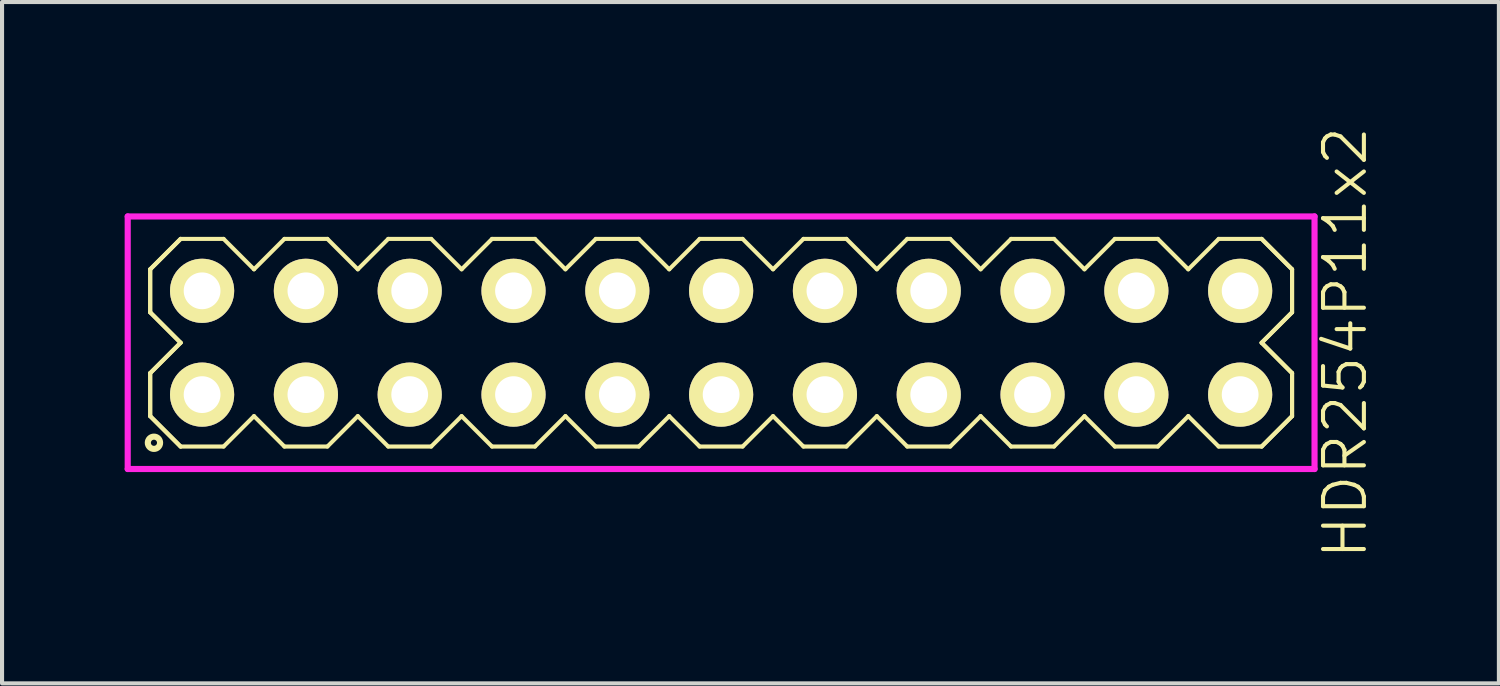
<source format=kicad_pcb>
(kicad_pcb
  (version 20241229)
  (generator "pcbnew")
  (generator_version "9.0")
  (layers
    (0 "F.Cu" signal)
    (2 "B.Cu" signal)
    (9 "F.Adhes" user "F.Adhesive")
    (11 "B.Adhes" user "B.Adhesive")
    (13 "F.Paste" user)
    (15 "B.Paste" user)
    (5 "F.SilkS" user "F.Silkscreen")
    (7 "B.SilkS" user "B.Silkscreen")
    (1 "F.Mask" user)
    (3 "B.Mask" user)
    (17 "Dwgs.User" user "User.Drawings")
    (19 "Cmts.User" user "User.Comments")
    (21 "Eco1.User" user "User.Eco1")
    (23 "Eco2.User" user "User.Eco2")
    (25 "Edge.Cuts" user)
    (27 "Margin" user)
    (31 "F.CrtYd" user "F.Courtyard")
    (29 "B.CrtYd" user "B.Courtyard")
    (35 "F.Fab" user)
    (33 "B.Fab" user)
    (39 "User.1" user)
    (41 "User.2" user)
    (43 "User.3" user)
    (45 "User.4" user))
  (footprint "HDR254P11x2"
    (layer "F.Cu")
    (at 14.595 5.336)
    (property "Reference" "HDR254P11x2" (at 15.27 0 90) (layer "F.SilkS") (effects (font (size 1 1) (thickness 0.1))))
    (attr through_hole)
    (fp_line (start -13.97 -1.796) (end -13.226 -2.54) (stroke (width 0.1) (type solid)) (layer "F.SilkS"))
    (fp_line (start -13.97 -1.796) (end -13.226 -2.54) (stroke (width 0.1) (type solid)) (layer "F.SilkS"))
    (fp_line (start -13.97 -0.744) (end -13.97 -1.796) (stroke (width 0.1) (type solid)) (layer "F.SilkS"))
    (fp_line (start -13.97 -0.744) (end -13.97 -1.796) (stroke (width 0.1) (type solid)) (layer "F.SilkS"))
    (fp_line (start -13.97 0.744) (end -13.226 0) (stroke (width 0.1) (type solid)) (layer "F.SilkS"))
    (fp_line (start -13.97 0.744) (end -13.226 0) (stroke (width 0.1) (type solid)) (layer "F.SilkS"))
    (fp_line (start -13.97 1.796) (end -13.97 0.744) (stroke (width 0.1) (type solid)) (layer "F.SilkS"))
    (fp_line (start -13.97 1.796) (end -13.97 0.744) (stroke (width 0.1) (type solid)) (layer "F.SilkS"))
    (fp_line (start -13.226 -2.54) (end -12.174 -2.54) (stroke (width 0.1) (type solid)) (layer "F.SilkS"))
    (fp_line (start -13.226 0) (end -13.97 -0.744) (stroke (width 0.1) (type solid)) (layer "F.SilkS"))
    (fp_line (start -13.226 0) (end -13.97 -0.744) (stroke (width 0.1) (type solid)) (layer "F.SilkS"))
    (fp_line (start -13.226 2.54) (end -13.97 1.796) (stroke (width 0.1) (type solid)) (layer "F.SilkS"))
    (fp_line (start -13.226 2.54) (end -13.97 1.796) (stroke (width 0.1) (type solid)) (layer "F.SilkS"))
    (fp_line (start -12.174 -2.54) (end -11.43 -1.796) (stroke (width 0.1) (type solid)) (layer "F.SilkS"))
    (fp_line (start -12.174 2.54) (end -13.226 2.54) (stroke (width 0.1) (type solid)) (layer "F.SilkS"))
    (fp_line (start -11.43 -1.796) (end -10.686 -2.54) (stroke (width 0.1) (type solid)) (layer "F.SilkS"))
    (fp_line (start -11.43 1.796) (end -12.174 2.54) (stroke (width 0.1) (type solid)) (layer "F.SilkS"))
    (fp_line (start -10.686 -2.54) (end -9.634 -2.54) (stroke (width 0.1) (type solid)) (layer "F.SilkS"))
    (fp_line (start -10.686 2.54) (end -11.43 1.796) (stroke (width 0.1) (type solid)) (layer "F.SilkS"))
    (fp_line (start -9.634 -2.54) (end -8.89 -1.796) (stroke (width 0.1) (type solid)) (layer "F.SilkS"))
    (fp_line (start -9.634 2.54) (end -10.686 2.54) (stroke (width 0.1) (type solid)) (layer "F.SilkS"))
    (fp_line (start -8.89 -1.796) (end -8.146 -2.54) (stroke (width 0.1) (type solid)) (layer "F.SilkS"))
    (fp_line (start -8.89 1.796) (end -9.634 2.54) (stroke (width 0.1) (type solid)) (layer "F.SilkS"))
    (fp_line (start -8.146 -2.54) (end -7.094 -2.54) (stroke (width 0.1) (type solid)) (layer "F.SilkS"))
    (fp_line (start -8.146 2.54) (end -8.89 1.796) (stroke (width 0.1) (type solid)) (layer "F.SilkS"))
    (fp_line (start -7.094 -2.54) (end -6.35 -1.796) (stroke (width 0.1) (type solid)) (layer "F.SilkS"))
    (fp_line (start -7.094 2.54) (end -8.146 2.54) (stroke (width 0.1) (type solid)) (layer "F.SilkS"))
    (fp_line (start -6.35 -1.796) (end -5.606 -2.54) (stroke (width 0.1) (type solid)) (layer "F.SilkS"))
    (fp_line (start -6.35 1.796) (end -7.094 2.54) (stroke (width 0.1) (type solid)) (layer "F.SilkS"))
    (fp_line (start -5.606 -2.54) (end -4.554 -2.54) (stroke (width 0.1) (type solid)) (layer "F.SilkS"))
    (fp_line (start -5.606 2.54) (end -6.35 1.796) (stroke (width 0.1) (type solid)) (layer "F.SilkS"))
    (fp_line (start -4.554 -2.54) (end -3.81 -1.796) (stroke (width 0.1) (type solid)) (layer "F.SilkS"))
    (fp_line (start -4.554 2.54) (end -5.606 2.54) (stroke (width 0.1) (type solid)) (layer "F.SilkS"))
    (fp_line (start -3.81 -1.796) (end -3.066 -2.54) (stroke (width 0.1) (type solid)) (layer "F.SilkS"))
    (fp_line (start -3.81 1.796) (end -4.554 2.54) (stroke (width 0.1) (type solid)) (layer "F.SilkS"))
    (fp_line (start -3.066 -2.54) (end -2.014 -2.54) (stroke (width 0.1) (type solid)) (layer "F.SilkS"))
    (fp_line (start -3.066 2.54) (end -3.81 1.796) (stroke (width 0.1) (type solid)) (layer "F.SilkS"))
    (fp_line (start -2.014 -2.54) (end -1.27 -1.796) (stroke (width 0.1) (type solid)) (layer "F.SilkS"))
    (fp_line (start -2.014 2.54) (end -3.066 2.54) (stroke (width 0.1) (type solid)) (layer "F.SilkS"))
    (fp_line (start -1.27 -1.796) (end -0.526 -2.54) (stroke (width 0.1) (type solid)) (layer "F.SilkS"))
    (fp_line (start -1.27 1.796) (end -2.014 2.54) (stroke (width 0.1) (type solid)) (layer "F.SilkS"))
    (fp_line (start -0.526 -2.54) (end 0.526 -2.54) (stroke (width 0.1) (type solid)) (layer "F.SilkS"))
    (fp_line (start -0.526 2.54) (end -1.27 1.796) (stroke (width 0.1) (type solid)) (layer "F.SilkS"))
    (fp_line (start 0.526 -2.54) (end 1.27 -1.796) (stroke (width 0.1) (type solid)) (layer "F.SilkS"))
    (fp_line (start 0.526 2.54) (end -0.526 2.54) (stroke (width 0.1) (type solid)) (layer "F.SilkS"))
    (fp_line (start 1.27 -1.796) (end 2.014 -2.54) (stroke (width 0.1) (type solid)) (layer "F.SilkS"))
    (fp_line (start 1.27 1.796) (end 0.526 2.54) (stroke (width 0.1) (type solid)) (layer "F.SilkS"))
    (fp_line (start 2.014 -2.54) (end 3.066 -2.54) (stroke (width 0.1) (type solid)) (layer "F.SilkS"))
    (fp_line (start 2.014 2.54) (end 1.27 1.796) (stroke (width 0.1) (type solid)) (layer "F.SilkS"))
    (fp_line (start 3.066 -2.54) (end 3.81 -1.796) (stroke (width 0.1) (type solid)) (layer "F.SilkS"))
    (fp_line (start 3.066 2.54) (end 2.014 2.54) (stroke (width 0.1) (type solid)) (layer "F.SilkS"))
    (fp_line (start 3.81 -1.796) (end 4.554 -2.54) (stroke (width 0.1) (type solid)) (layer "F.SilkS"))
    (fp_line (start 3.81 1.796) (end 3.066 2.54) (stroke (width 0.1) (type solid)) (layer "F.SilkS"))
    (fp_line (start 4.554 -2.54) (end 5.606 -2.54) (stroke (width 0.1) (type solid)) (layer "F.SilkS"))
    (fp_line (start 4.554 2.54) (end 3.81 1.796) (stroke (width 0.1) (type solid)) (layer "F.SilkS"))
    (fp_line (start 5.606 -2.54) (end 6.35 -1.796) (stroke (width 0.1) (type solid)) (layer "F.SilkS"))
    (fp_line (start 5.606 2.54) (end 4.554 2.54) (stroke (width 0.1) (type solid)) (layer "F.SilkS"))
    (fp_line (start 6.35 -1.796) (end 7.094 -2.54) (stroke (width 0.1) (type solid)) (layer "F.SilkS"))
    (fp_line (start 6.35 1.796) (end 5.606 2.54) (stroke (width 0.1) (type solid)) (layer "F.SilkS"))
    (fp_line (start 7.094 -2.54) (end 8.146 -2.54) (stroke (width 0.1) (type solid)) (layer "F.SilkS"))
    (fp_line (start 7.094 2.54) (end 6.35 1.796) (stroke (width 0.1) (type solid)) (layer "F.SilkS"))
    (fp_line (start 8.146 -2.54) (end 8.89 -1.796) (stroke (width 0.1) (type solid)) (layer "F.SilkS"))
    (fp_line (start 8.146 2.54) (end 7.094 2.54) (stroke (width 0.1) (type solid)) (layer "F.SilkS"))
    (fp_line (start 8.89 -1.796) (end 9.634 -2.54) (stroke (width 0.1) (type solid)) (layer "F.SilkS"))
    (fp_line (start 8.89 1.796) (end 8.146 2.54) (stroke (width 0.1) (type solid)) (layer "F.SilkS"))
    (fp_line (start 9.634 -2.54) (end 10.686 -2.54) (stroke (width 0.1) (type solid)) (layer "F.SilkS"))
    (fp_line (start 9.634 2.54) (end 8.89 1.796) (stroke (width 0.1) (type solid)) (layer "F.SilkS"))
    (fp_line (start 10.686 -2.54) (end 11.43 -1.796) (stroke (width 0.1) (type solid)) (layer "F.SilkS"))
    (fp_line (start 10.686 2.54) (end 9.634 2.54) (stroke (width 0.1) (type solid)) (layer "F.SilkS"))
    (fp_line (start 11.43 -1.796) (end 12.174 -2.54) (stroke (width 0.1) (type solid)) (layer "F.SilkS"))
    (fp_line (start 11.43 1.796) (end 10.686 2.54) (stroke (width 0.1) (type solid)) (layer "F.SilkS"))
    (fp_line (start 12.174 -2.54) (end 13.226 -2.54) (stroke (width 0.1) (type solid)) (layer "F.SilkS"))
    (fp_line (start 12.174 2.54) (end 11.43 1.796) (stroke (width 0.1) (type solid)) (layer "F.SilkS"))
    (fp_line (start 13.226 -2.54) (end 13.97 -1.796) (stroke (width 0.1) (type solid)) (layer "F.SilkS"))
    (fp_line (start 13.226 -2.54) (end 13.97 -1.796) (stroke (width 0.1) (type solid)) (layer "F.SilkS"))
    (fp_line (start 13.226 0) (end 13.97 0.744) (stroke (width 0.1) (type solid)) (layer "F.SilkS"))
    (fp_line (start 13.226 0) (end 13.97 0.744) (stroke (width 0.1) (type solid)) (layer "F.SilkS"))
    (fp_line (start 13.226 2.54) (end 12.174 2.54) (stroke (width 0.1) (type solid)) (layer "F.SilkS"))
    (fp_line (start 13.97 -1.796) (end 13.97 -0.744) (stroke (width 0.1) (type solid)) (layer "F.SilkS"))
    (fp_line (start 13.97 -1.796) (end 13.97 -0.744) (stroke (width 0.1) (type solid)) (layer "F.SilkS"))
    (fp_line (start 13.97 -0.744) (end 13.226 0) (stroke (width 0.1) (type solid)) (layer "F.SilkS"))
    (fp_line (start 13.97 -0.744) (end 13.226 0) (stroke (width 0.1) (type solid)) (layer "F.SilkS"))
    (fp_line (start 13.97 0.744) (end 13.97 1.796) (stroke (width 0.1) (type solid)) (layer "F.SilkS"))
    (fp_line (start 13.97 0.744) (end 13.97 1.796) (stroke (width 0.1) (type solid)) (layer "F.SilkS"))
    (fp_line (start 13.97 1.796) (end 13.226 2.54) (stroke (width 0.1) (type solid)) (layer "F.SilkS"))
    (fp_line (start 13.97 1.796) (end 13.226 2.54) (stroke (width 0.1) (type solid)) (layer "F.SilkS"))
    (fp_circle (center -13.878 2.448) (end -13.728 2.448) (stroke (width 0.15) (type solid)) (fill no) (layer "F.SilkS"))
    (fp_line (start -14.52 -3.09) (end -14.52 3.09) (stroke (width 0.15) (type solid)) (layer "F.CrtYd"))
    (fp_line (start -14.52 3.09) (end 14.52 3.09) (stroke (width 0.15) (type solid)) (layer "F.CrtYd"))
    (fp_line (start 14.52 -3.09) (end -14.52 -3.09) (stroke (width 0.15) (type solid)) (layer "F.CrtYd"))
    (fp_line (start 14.52 3.09) (end 14.52 -3.09) (stroke (width 0.15) (type solid)) (layer "F.CrtYd"))
    (pad "1" thru_hole oval (at -12.7 1.27) (size 1.57 1.57) (drill 0.9) (layers "*.Cu" "*.Mask" "F.SilkS"))
    (pad "2" thru_hole oval (at -12.7 -1.27) (size 1.57 1.57) (drill 0.9) (layers "*.Cu" "*.Mask" "F.SilkS"))
    (pad "3" thru_hole oval (at -10.16 1.27) (size 1.57 1.57) (drill 0.9) (layers "*.Cu" "*.Mask" "F.SilkS"))
    (pad "4" thru_hole oval (at -10.16 -1.27) (size 1.57 1.57) (drill 0.9) (layers "*.Cu" "*.Mask" "F.SilkS"))
    (pad "5" thru_hole oval (at -7.62 1.27) (size 1.57 1.57) (drill 0.9) (layers "*.Cu" "*.Mask" "F.SilkS"))
    (pad "6" thru_hole oval (at -7.62 -1.27) (size 1.57 1.57) (drill 0.9) (layers "*.Cu" "*.Mask" "F.SilkS"))
    (pad "7" thru_hole oval (at -5.08 1.27) (size 1.57 1.57) (drill 0.9) (layers "*.Cu" "*.Mask" "F.SilkS"))
    (pad "8" thru_hole oval (at -5.08 -1.27) (size 1.57 1.57) (drill 0.9) (layers "*.Cu" "*.Mask" "F.SilkS"))
    (pad "9" thru_hole oval (at -2.54 1.27) (size 1.57 1.57) (drill 0.9) (layers "*.Cu" "*.Mask" "F.SilkS"))
    (pad "10" thru_hole oval (at -2.54 -1.27) (size 1.57 1.57) (drill 0.9) (layers "*.Cu" "*.Mask" "F.SilkS"))
    (pad "11" thru_hole oval (at 0 1.27) (size 1.57 1.57) (drill 0.9) (layers "*.Cu" "*.Mask" "F.SilkS"))
    (pad "12" thru_hole oval (at 0 -1.27) (size 1.57 1.57) (drill 0.9) (layers "*.Cu" "*.Mask" "F.SilkS"))
    (pad "13" thru_hole oval (at 2.54 1.27) (size 1.57 1.57) (drill 0.9) (layers "*.Cu" "*.Mask" "F.SilkS"))
    (pad "14" thru_hole oval (at 2.54 -1.27) (size 1.57 1.57) (drill 0.9) (layers "*.Cu" "*.Mask" "F.SilkS"))
    (pad "15" thru_hole oval (at 5.08 1.27) (size 1.57 1.57) (drill 0.9) (layers "*.Cu" "*.Mask" "F.SilkS"))
    (pad "16" thru_hole oval (at 5.08 -1.27) (size 1.57 1.57) (drill 0.9) (layers "*.Cu" "*.Mask" "F.SilkS"))
    (pad "17" thru_hole oval (at 7.62 1.27) (size 1.57 1.57) (drill 0.9) (layers "*.Cu" "*.Mask" "F.SilkS"))
    (pad "18" thru_hole oval (at 7.62 -1.27) (size 1.57 1.57) (drill 0.9) (layers "*.Cu" "*.Mask" "F.SilkS"))
    (pad "19" thru_hole oval (at 10.16 1.27) (size 1.57 1.57) (drill 0.9) (layers "*.Cu" "*.Mask" "F.SilkS"))
    (pad "20" thru_hole oval (at 10.16 -1.27) (size 1.57 1.57) (drill 0.9) (layers "*.Cu" "*.Mask" "F.SilkS"))
    (pad "21" thru_hole oval (at 12.7 1.27) (size 1.57 1.57) (drill 0.9) (layers "*.Cu" "*.Mask" "F.SilkS"))
    (pad "22" thru_hole oval (at 12.7 -1.27) (size 1.57 1.57) (drill 0.9) (layers "*.Cu" "*.Mask" "F.SilkS")))
  (gr_rect
    (start -3 -3)
    (end 33.626 13.671)
    (stroke (width 0.1) (type default))
    (fill no)
    (layer "Edge.Cuts")))
</source>
